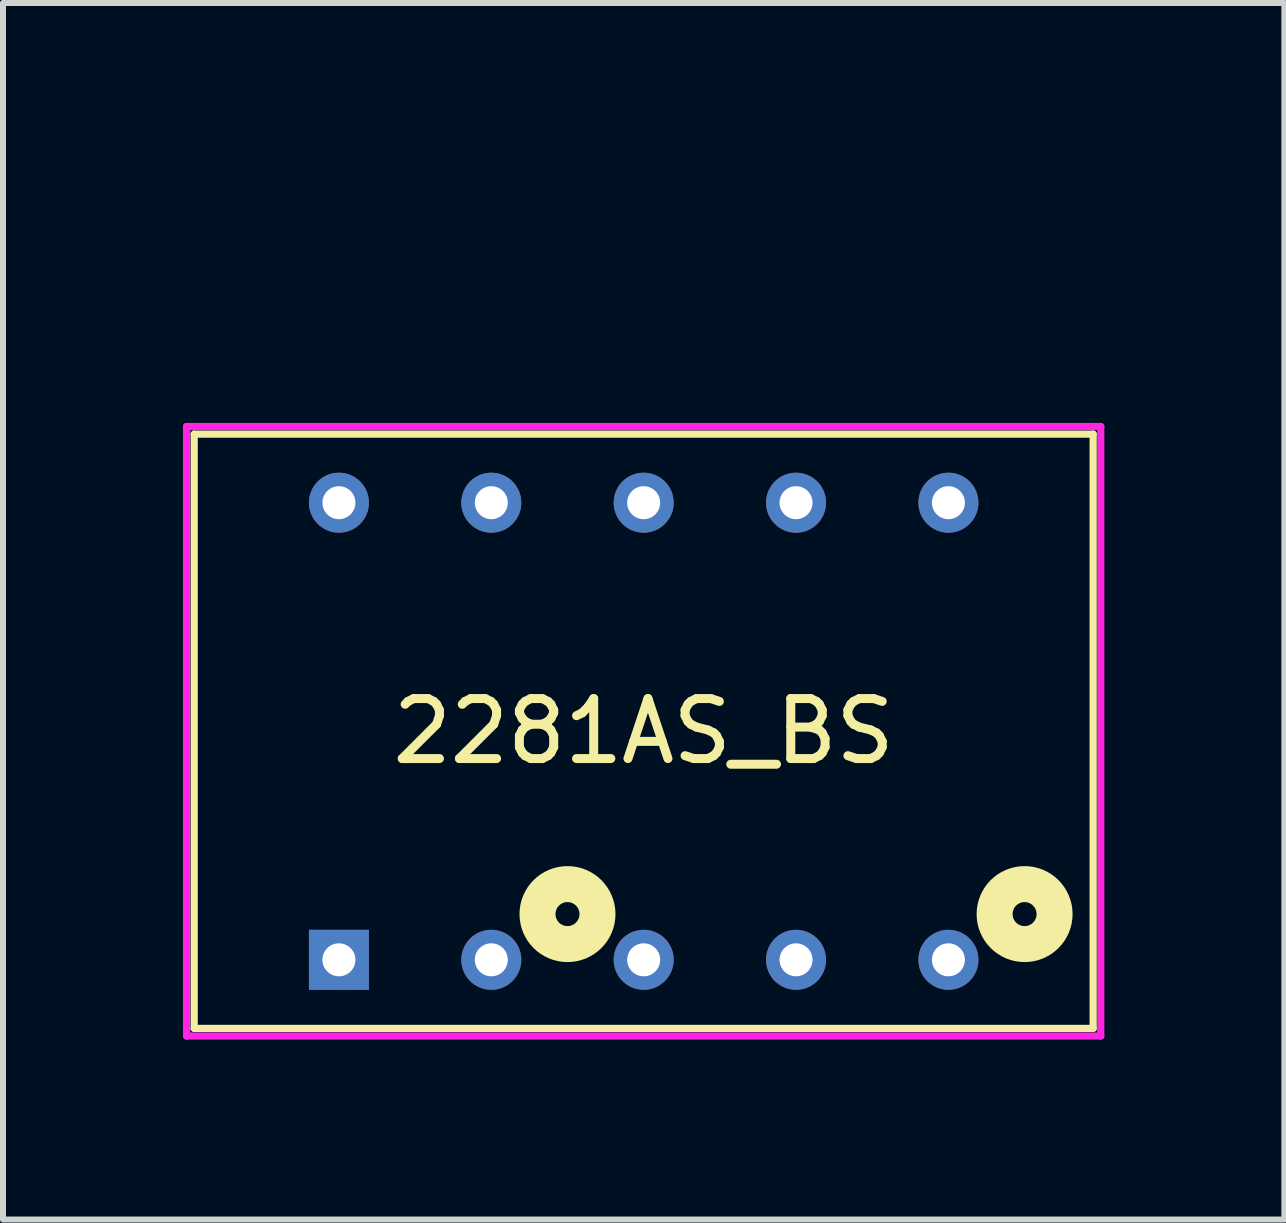
<source format=kicad_pcb>
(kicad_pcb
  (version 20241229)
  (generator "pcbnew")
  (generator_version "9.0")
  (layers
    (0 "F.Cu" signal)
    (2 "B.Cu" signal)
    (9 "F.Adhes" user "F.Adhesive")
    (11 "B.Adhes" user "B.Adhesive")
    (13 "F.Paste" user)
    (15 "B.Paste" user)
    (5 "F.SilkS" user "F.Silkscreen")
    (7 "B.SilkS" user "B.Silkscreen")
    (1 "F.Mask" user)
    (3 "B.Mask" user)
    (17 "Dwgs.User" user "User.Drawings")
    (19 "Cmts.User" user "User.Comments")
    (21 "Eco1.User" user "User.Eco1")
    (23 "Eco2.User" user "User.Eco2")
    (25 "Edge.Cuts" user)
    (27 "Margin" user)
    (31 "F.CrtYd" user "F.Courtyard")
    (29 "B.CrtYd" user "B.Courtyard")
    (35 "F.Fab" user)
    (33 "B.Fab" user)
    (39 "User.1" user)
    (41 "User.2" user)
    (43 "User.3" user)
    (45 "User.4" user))
  (footprint "2281AS_BS"
    (layer "F.Cu")
    (at 7.68 0.25)
    (property "Reference" "2281AS_BS" (at 0 8.89 0) (layer "F.SilkS") (effects (font (size 1 1) (thickness 0.15))))
    (attr through_hole)
    (fp_line (start -7.493 3.937) (end 7.493 3.937) (stroke (width 0.12) (type solid)) (layer "F.SilkS"))
    (fp_line (start -7.493 13.843) (end -7.493 3.937) (stroke (width 0.12) (type solid)) (layer "F.SilkS"))
    (fp_line (start 7.493 3.937) (end 7.493 13.843) (stroke (width 0.12) (type solid)) (layer "F.SilkS"))
    (fp_line (start 7.493 13.843) (end -7.493 13.843) (stroke (width 0.12) (type solid)) (layer "F.SilkS"))
    (fp_circle (center -1.27 11.938) (end -1.07 11.938) (stroke (width 0.6) (type solid)) (fill no) (layer "F.SilkS"))
    (fp_circle (center 6.35 11.938) (end 6.55 11.938) (stroke (width 0.6) (type solid)) (fill no) (layer "F.SilkS"))
    (fp_line (start -7.62 3.81) (end -7.62 13.97) (stroke (width 0.12) (type solid)) (layer "F.CrtYd"))
    (fp_line (start -7.62 13.97) (end 7.62 13.97) (stroke (width 0.12) (type solid)) (layer "F.CrtYd"))
    (fp_line (start 7.62 3.81) (end -7.62 3.81) (stroke (width 0.12) (type solid)) (layer "F.CrtYd"))
    (fp_line (start 7.62 13.97) (end 7.62 3.81) (stroke (width 0.12) (type solid)) (layer "F.CrtYd"))
    (pad "1" thru_hole rect (at -5.08 12.7) (size 1 1) (drill 0.55) (layers "*.Cu" "*.Mask"))
    (pad "2" thru_hole circle (at -2.54 12.7) (size 1 1) (drill 0.55) (layers "*.Cu" "*.Mask"))
    (pad "3" thru_hole circle (at 0 12.7) (size 1 1) (drill 0.55) (layers "*.Cu" "*.Mask"))
    (pad "4" thru_hole circle (at 2.54 12.7) (size 1 1) (drill 0.55) (layers "*.Cu" "*.Mask"))
    (pad "5" thru_hole circle (at 5.08 12.7) (size 1 1) (drill 0.55) (layers "*.Cu" "*.Mask"))
    (pad "6" thru_hole circle (at 5.08 5.08) (size 1 1) (drill 0.55) (layers "*.Cu" "*.Mask"))
    (pad "7" thru_hole circle (at 2.54 5.08) (size 1 1) (drill 0.55) (layers "*.Cu" "*.Mask"))
    (pad "8" thru_hole circle (at 0 5.08) (size 1 1) (drill 0.55) (layers "*.Cu" "*.Mask"))
    (pad "9" thru_hole circle (at -2.54 5.08) (size 1 1) (drill 0.55) (layers "*.Cu" "*.Mask"))
    (pad "10" thru_hole circle (at -5.08 5.08) (size 1 1) (drill 0.55) (layers "*.Cu" "*.Mask")))
  (gr_rect
    (start -3 -3)
    (end 18.36 17.28)
    (stroke (width 0.1) (type default))
    (fill no)
    (layer "Edge.Cuts")))
</source>
